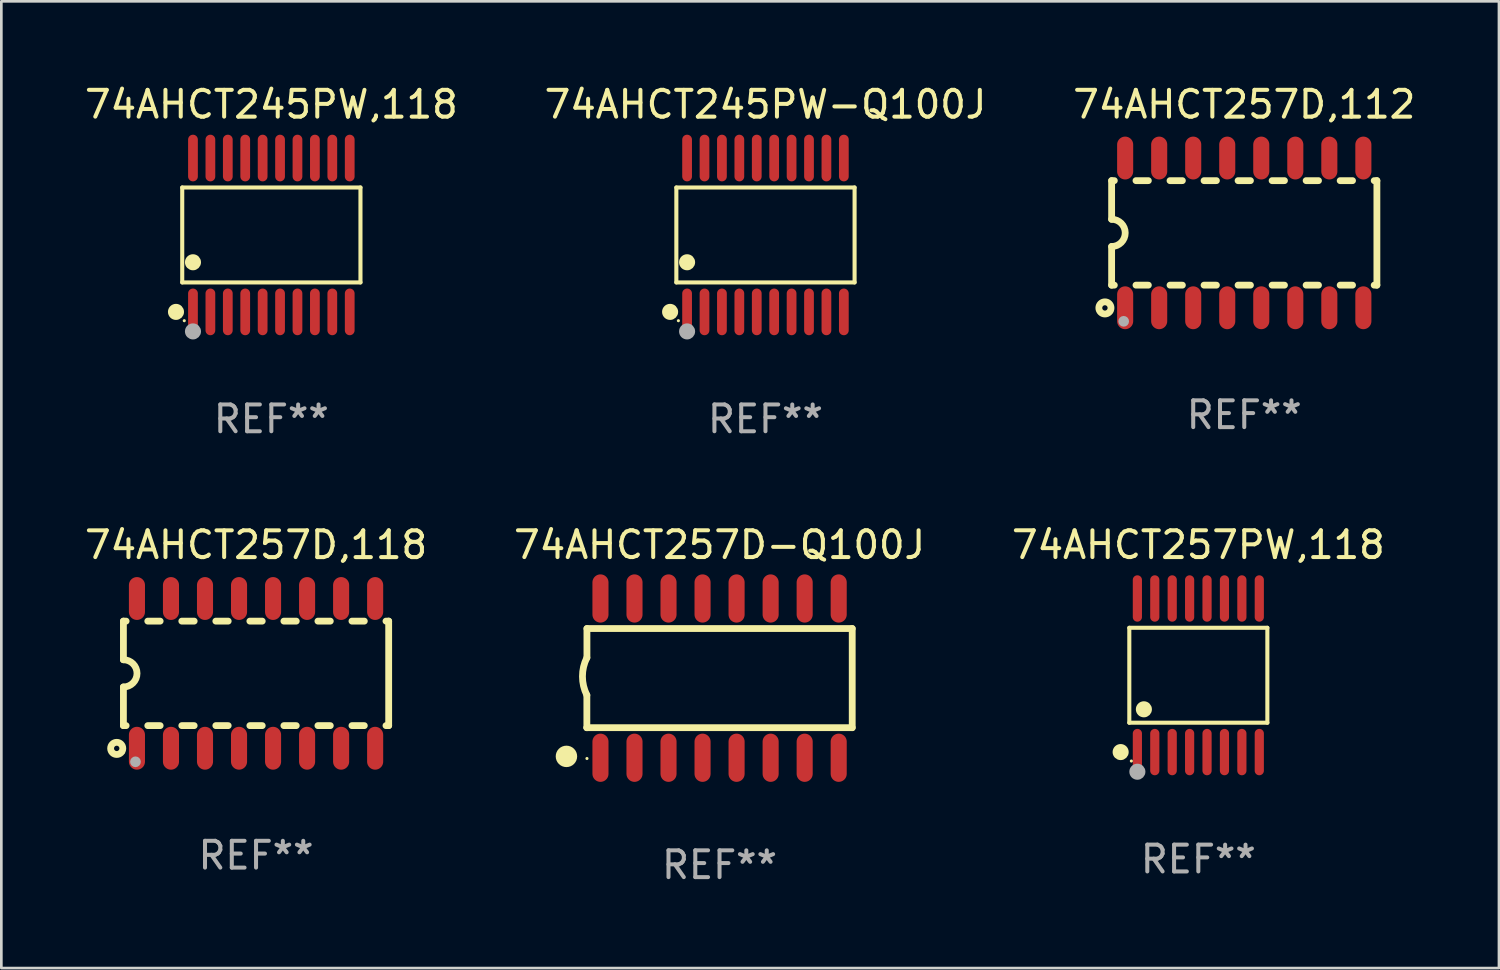
<source format=kicad_pcb>
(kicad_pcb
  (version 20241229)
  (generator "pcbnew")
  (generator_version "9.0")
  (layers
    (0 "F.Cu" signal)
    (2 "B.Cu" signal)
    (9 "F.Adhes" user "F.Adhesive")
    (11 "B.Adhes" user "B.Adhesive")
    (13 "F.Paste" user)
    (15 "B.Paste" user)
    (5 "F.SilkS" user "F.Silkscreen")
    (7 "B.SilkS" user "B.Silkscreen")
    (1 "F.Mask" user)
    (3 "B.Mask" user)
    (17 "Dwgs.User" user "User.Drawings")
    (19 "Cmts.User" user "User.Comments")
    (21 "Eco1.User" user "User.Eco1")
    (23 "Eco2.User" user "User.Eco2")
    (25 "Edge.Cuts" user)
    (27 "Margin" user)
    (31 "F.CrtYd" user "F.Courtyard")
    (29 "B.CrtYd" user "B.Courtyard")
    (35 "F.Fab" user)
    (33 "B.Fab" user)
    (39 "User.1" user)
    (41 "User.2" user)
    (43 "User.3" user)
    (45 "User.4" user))
  (footprint "74AHCT257D-Q100J"
    (layer "F.Cu")
    (at 23.804 22.258)
    (property "Reference" "74AHCT257D-Q100J" (at 0 -4.972 0) (layer "F.SilkS") (effects (font (size 1 1) (thickness 0.15))))
    (attr through_hole)
    (fp_line (start -4.952 0.635) (end -4.952 1.85) (stroke (width 0.254) (type solid)) (layer "F.SilkS"))
    (fp_line (start -4.952 1.85) (end -4.949 1.85) (stroke (width 0.254) (type solid)) (layer "F.SilkS"))
    (fp_line (start -4.949 -1.85) (end -4.949 -0.762) (stroke (width 0.254) (type solid)) (layer "F.SilkS"))
    (fp_line (start -4.949 1.85) (end 4.952 1.85) (stroke (width 0.254) (type solid)) (layer "F.SilkS"))
    (fp_line (start 4.952 -1.85) (end -4.949 -1.85) (stroke (width 0.254) (type solid)) (layer "F.SilkS"))
    (fp_line (start 4.952 1.85) (end 4.952 -1.85) (stroke (width 0.254) (type solid)) (layer "F.SilkS"))
    (fp_arc (start -4.951512 0.635) (mid -5.116405 -0.063501) (end -4.951511 -0.762002) (stroke (width 0.254001) (type solid)) (layer "F.SilkS"))
    (fp_circle (center -5.714 2.921) (end -5.514 2.921) (stroke (width 0.4) (type solid)) (fill no) (layer "F.SilkS"))
    (fp_circle (center -4.948 3) (end -4.918 3) (stroke (width 0.06) (type solid)) (fill no) (layer "F.SilkS"))
    (fp_text user "REF**" (at 0 6.972 0) (layer "F.Fab") (effects (font (size 1 1) (thickness 0.15))))
    (pad "1" smd oval (at -4.444 2.972 180) (size 0.6 1.8) (layers "F.Cu" "F.Mask" "F.Paste"))
    (pad "2" smd oval (at -3.174 2.972 180) (size 0.6 1.8) (layers "F.Cu" "F.Mask" "F.Paste"))
    (pad "3" smd oval (at -1.904 2.972 180) (size 0.6 1.8) (layers "F.Cu" "F.Mask" "F.Paste"))
    (pad "4" smd oval (at -0.634 2.972 180) (size 0.6 1.8) (layers "F.Cu" "F.Mask" "F.Paste"))
    (pad "5" smd oval (at 0.636 2.972 180) (size 0.6 1.8) (layers "F.Cu" "F.Mask" "F.Paste"))
    (pad "6" smd oval (at 1.907 2.972 180) (size 0.6 1.8) (layers "F.Cu" "F.Mask" "F.Paste"))
    (pad "7" smd oval (at 3.177 2.972 180) (size 0.6 1.8) (layers "F.Cu" "F.Mask" "F.Paste"))
    (pad "8" smd oval (at 4.447 2.972 180) (size 0.6 1.8) (layers "F.Cu" "F.Mask" "F.Paste"))
    (pad "9" smd oval (at 4.447 -2.972 180) (size 0.6 1.8) (layers "F.Cu" "F.Mask" "F.Paste"))
    (pad "10" smd oval (at 3.177 -2.972 180) (size 0.6 1.8) (layers "F.Cu" "F.Mask" "F.Paste"))
    (pad "11" smd oval (at 1.907 -2.972 180) (size 0.6 1.8) (layers "F.Cu" "F.Mask" "F.Paste"))
    (pad "12" smd oval (at 0.636 -2.972 180) (size 0.6 1.8) (layers "F.Cu" "F.Mask" "F.Paste"))
    (pad "13" smd oval (at -0.634 -2.972 180) (size 0.6 1.8) (layers "F.Cu" "F.Mask" "F.Paste"))
    (pad "14" smd oval (at -1.904 -2.972 180) (size 0.6 1.8) (layers "F.Cu" "F.Mask" "F.Paste"))
    (pad "15" smd oval (at -3.174 -2.972 180) (size 0.6 1.8) (layers "F.Cu" "F.Mask" "F.Paste"))
    (pad "16" smd oval (at -4.444 -2.972 180) (size 0.6 1.8) (layers "F.Cu" "F.Mask" "F.Paste")))
  (footprint "74AHCT245PW-Q100J"
    (layer "F.Cu")
    (at 25.518 5.719)
    (property "Reference" "74AHCT245PW-Q100J" (at 0 -4.871 0) (layer "F.SilkS") (effects (font (size 1 1) (thickness 0.15))))
    (attr through_hole)
    (fp_line (start -3.326 -1.771) (end 3.326 -1.771) (stroke (width 0.152) (type solid)) (layer "F.SilkS"))
    (fp_line (start -3.326 1.771) (end -3.326 -1.771) (stroke (width 0.152) (type solid)) (layer "F.SilkS"))
    (fp_line (start 3.326 -1.771) (end 3.326 1.771) (stroke (width 0.152) (type solid)) (layer "F.SilkS"))
    (fp_line (start 3.326 1.771) (end -3.326 1.771) (stroke (width 0.152) (type solid)) (layer "F.SilkS"))
    (fp_circle (center -3.559 2.871) (end -3.409 2.871) (stroke (width 0.3) (type solid)) (fill no) (layer "F.SilkS"))
    (fp_circle (center -3.25 3.2) (end -3.22 3.2) (stroke (width 0.06) (type solid)) (fill no) (layer "F.SilkS"))
    (fp_circle (center -2.925 1.019) (end -2.775 1.019) (stroke (width 0.3) (type solid)) (fill no) (layer "F.SilkS"))
    (fp_circle (center -2.925 3.6) (end -2.775 3.6) (stroke (width 0.3) (type solid)) (fill no) (layer "F.Fab"))
    (fp_text user "REF**" (at 0 6.871 0) (layer "F.Fab") (effects (font (size 1 1) (thickness 0.15))))
    (pad "1" smd oval (at -2.925 2.871) (size 0.364 1.742) (layers "F.Cu" "F.Mask" "F.Paste"))
    (pad "2" smd oval (at -2.275 2.871) (size 0.364 1.742) (layers "F.Cu" "F.Mask" "F.Paste"))
    (pad "3" smd oval (at -1.625 2.871) (size 0.364 1.742) (layers "F.Cu" "F.Mask" "F.Paste"))
    (pad "4" smd oval (at -0.975 2.871) (size 0.364 1.742) (layers "F.Cu" "F.Mask" "F.Paste"))
    (pad "5" smd oval (at -0.325 2.871) (size 0.364 1.742) (layers "F.Cu" "F.Mask" "F.Paste"))
    (pad "6" smd oval (at 0.325 2.871) (size 0.364 1.742) (layers "F.Cu" "F.Mask" "F.Paste"))
    (pad "7" smd oval (at 0.975 2.871) (size 0.364 1.742) (layers "F.Cu" "F.Mask" "F.Paste"))
    (pad "8" smd oval (at 1.625 2.871) (size 0.364 1.742) (layers "F.Cu" "F.Mask" "F.Paste"))
    (pad "9" smd oval (at 2.275 2.871) (size 0.364 1.742) (layers "F.Cu" "F.Mask" "F.Paste"))
    (pad "10" smd oval (at 2.925 2.871) (size 0.364 1.742) (layers "F.Cu" "F.Mask" "F.Paste"))
    (pad "11" smd oval (at 2.925 -2.871) (size 0.364 1.742) (layers "F.Cu" "F.Mask" "F.Paste"))
    (pad "12" smd oval (at 2.275 -2.871) (size 0.364 1.742) (layers "F.Cu" "F.Mask" "F.Paste"))
    (pad "13" smd oval (at 1.625 -2.871) (size 0.364 1.742) (layers "F.Cu" "F.Mask" "F.Paste"))
    (pad "14" smd oval (at 0.975 -2.871) (size 0.364 1.742) (layers "F.Cu" "F.Mask" "F.Paste"))
    (pad "15" smd oval (at 0.325 -2.871) (size 0.364 1.742) (layers "F.Cu" "F.Mask" "F.Paste"))
    (pad "16" smd oval (at -0.325 -2.871) (size 0.364 1.742) (layers "F.Cu" "F.Mask" "F.Paste"))
    (pad "17" smd oval (at -0.975 -2.871) (size 0.364 1.742) (layers "F.Cu" "F.Mask" "F.Paste"))
    (pad "18" smd oval (at -1.625 -2.871) (size 0.364 1.742) (layers "F.Cu" "F.Mask" "F.Paste"))
    (pad "19" smd oval (at -2.275 -2.871) (size 0.364 1.742) (layers "F.Cu" "F.Mask" "F.Paste"))
    (pad "20" smd oval (at -2.925 -2.871) (size 0.364 1.742) (layers "F.Cu" "F.Mask" "F.Paste")))
  (footprint "74AHCT257D,112"
    (layer "F.Cu")
    (at 43.387 5.642)
    (property "Reference" "74AHCT257D,112" (at 0 -4.794 0) (layer "F.SilkS") (effects (font (size 1 1) (thickness 0.15))))
    (attr through_hole)
    (fp_line (start -4.95 -1.95) (end -4.95 -0.508) (stroke (width 0.254) (type solid)) (layer "F.SilkS"))
    (fp_line (start -4.95 -1.95) (end -4.849 -1.95) (stroke (width 0.254) (type solid)) (layer "F.SilkS"))
    (fp_line (start -4.95 1.95) (end -4.95 0.508) (stroke (width 0.254) (type solid)) (layer "F.SilkS"))
    (fp_line (start -4.95 1.95) (end -4.849 1.95) (stroke (width 0.254) (type solid)) (layer "F.SilkS"))
    (fp_line (start -4.041 -1.95) (end -3.579 -1.95) (stroke (width 0.254) (type solid)) (layer "F.SilkS"))
    (fp_line (start -4.041 1.95) (end -3.579 1.95) (stroke (width 0.254) (type solid)) (layer "F.SilkS"))
    (fp_line (start -2.771 -1.95) (end -2.309 -1.95) (stroke (width 0.254) (type solid)) (layer "F.SilkS"))
    (fp_line (start -2.771 1.95) (end -2.309 1.95) (stroke (width 0.254) (type solid)) (layer "F.SilkS"))
    (fp_line (start -1.501 -1.95) (end -1.039 -1.95) (stroke (width 0.254) (type solid)) (layer "F.SilkS"))
    (fp_line (start -1.501 1.95) (end -1.039 1.95) (stroke (width 0.254) (type solid)) (layer "F.SilkS"))
    (fp_line (start -0.231 -1.95) (end 0.231 -1.95) (stroke (width 0.254) (type solid)) (layer "F.SilkS"))
    (fp_line (start -0.231 1.95) (end 0.231 1.95) (stroke (width 0.254) (type solid)) (layer "F.SilkS"))
    (fp_line (start 1.039 -1.95) (end 1.501 -1.95) (stroke (width 0.254) (type solid)) (layer "F.SilkS"))
    (fp_line (start 1.039 1.95) (end 1.501 1.95) (stroke (width 0.254) (type solid)) (layer "F.SilkS"))
    (fp_line (start 2.309 -1.95) (end 2.771 -1.95) (stroke (width 0.254) (type solid)) (layer "F.SilkS"))
    (fp_line (start 2.309 1.95) (end 2.771 1.95) (stroke (width 0.254) (type solid)) (layer "F.SilkS"))
    (fp_line (start 3.579 -1.95) (end 4.041 -1.95) (stroke (width 0.254) (type solid)) (layer "F.SilkS"))
    (fp_line (start 3.579 1.95) (end 4.041 1.95) (stroke (width 0.254) (type solid)) (layer "F.SilkS"))
    (fp_line (start 4.849 -1.95) (end 4.95 -1.95) (stroke (width 0.254) (type solid)) (layer "F.SilkS"))
    (fp_line (start 4.849 1.95) (end 4.95 1.95) (stroke (width 0.254) (type solid)) (layer "F.SilkS"))
    (fp_line (start 4.95 -1.95) (end 4.95 1.95) (stroke (width 0.254) (type solid)) (layer "F.SilkS"))
    (fp_arc (start -4.95047 -0.508001) (mid -4.442469 -0.000228) (end -4.950013 0.508001) (stroke (width 0.254001) (type solid)) (layer "F.SilkS"))
    (fp_circle (center -5.2 2.8) (end -5.1 2.8) (stroke (width 0.254) (type solid)) (fill no) (layer "F.SilkS"))
    (fp_circle (center -4.95 2.947) (end -4.92 2.947) (stroke (width 0.06) (type solid)) (fill no) (layer "F.SilkS"))
    (fp_circle (center -4.5 3.3) (end -4.4 3.3) (stroke (width 0.2) (type solid)) (fill no) (layer "F.Fab"))
    (fp_text user "REF**" (at 0 6.794 0) (layer "F.Fab") (effects (font (size 1 1) (thickness 0.15))))
    (pad "1" smd oval (at -4.445 2.794) (size 0.6 1.6) (layers "F.Cu" "F.Mask" "F.Paste"))
    (pad "2" smd oval (at -3.175 2.794) (size 0.6 1.6) (layers "F.Cu" "F.Mask" "F.Paste"))
    (pad "3" smd oval (at -1.905 2.794) (size 0.6 1.6) (layers "F.Cu" "F.Mask" "F.Paste"))
    (pad "4" smd oval (at -0.635 2.794) (size 0.6 1.6) (layers "F.Cu" "F.Mask" "F.Paste"))
    (pad "5" smd oval (at 0.635 2.794) (size 0.6 1.6) (layers "F.Cu" "F.Mask" "F.Paste"))
    (pad "6" smd oval (at 1.905 2.794) (size 0.6 1.6) (layers "F.Cu" "F.Mask" "F.Paste"))
    (pad "7" smd oval (at 3.175 2.794) (size 0.6 1.6) (layers "F.Cu" "F.Mask" "F.Paste"))
    (pad "8" smd oval (at 4.445 2.794) (size 0.6 1.6) (layers "F.Cu" "F.Mask" "F.Paste"))
    (pad "9" smd oval (at 4.445 -2.794) (size 0.6 1.6) (layers "F.Cu" "F.Mask" "F.Paste"))
    (pad "10" smd oval (at 3.175 -2.794) (size 0.6 1.6) (layers "F.Cu" "F.Mask" "F.Paste"))
    (pad "11" smd oval (at 1.905 -2.794) (size 0.6 1.6) (layers "F.Cu" "F.Mask" "F.Paste"))
    (pad "12" smd oval (at 0.635 -2.794) (size 0.6 1.6) (layers "F.Cu" "F.Mask" "F.Paste"))
    (pad "13" smd oval (at -0.635 -2.794) (size 0.6 1.6) (layers "F.Cu" "F.Mask" "F.Paste"))
    (pad "14" smd oval (at -1.905 -2.794) (size 0.6 1.6) (layers "F.Cu" "F.Mask" "F.Paste"))
    (pad "15" smd oval (at -3.175 -2.794) (size 0.6 1.6) (layers "F.Cu" "F.Mask" "F.Paste"))
    (pad "16" smd oval (at -4.445 -2.794) (size 0.6 1.6) (layers "F.Cu" "F.Mask" "F.Paste")))
  (footprint "74AHCT245PW,118"
    (layer "F.Cu")
    (at 7.077 5.719)
    (property "Reference" "74AHCT245PW,118" (at 0 -4.871 0) (layer "F.SilkS") (effects (font (size 1 1) (thickness 0.15))))
    (attr through_hole)
    (fp_line (start -3.326 -1.771) (end 3.326 -1.771) (stroke (width 0.152) (type solid)) (layer "F.SilkS"))
    (fp_line (start -3.326 1.771) (end -3.326 -1.771) (stroke (width 0.152) (type solid)) (layer "F.SilkS"))
    (fp_line (start 3.326 -1.771) (end 3.326 1.771) (stroke (width 0.152) (type solid)) (layer "F.SilkS"))
    (fp_line (start 3.326 1.771) (end -3.326 1.771) (stroke (width 0.152) (type solid)) (layer "F.SilkS"))
    (fp_circle (center -3.559 2.871) (end -3.409 2.871) (stroke (width 0.3) (type solid)) (fill no) (layer "F.SilkS"))
    (fp_circle (center -3.25 3.2) (end -3.22 3.2) (stroke (width 0.06) (type solid)) (fill no) (layer "F.SilkS"))
    (fp_circle (center -2.925 1.019) (end -2.775 1.019) (stroke (width 0.3) (type solid)) (fill no) (layer "F.SilkS"))
    (fp_circle (center -2.925 3.6) (end -2.775 3.6) (stroke (width 0.3) (type solid)) (fill no) (layer "F.Fab"))
    (fp_text user "REF**" (at 0 6.871 0) (layer "F.Fab") (effects (font (size 1 1) (thickness 0.15))))
    (pad "1" smd oval (at -2.925 2.871) (size 0.364 1.742) (layers "F.Cu" "F.Mask" "F.Paste"))
    (pad "2" smd oval (at -2.275 2.871) (size 0.364 1.742) (layers "F.Cu" "F.Mask" "F.Paste"))
    (pad "3" smd oval (at -1.625 2.871) (size 0.364 1.742) (layers "F.Cu" "F.Mask" "F.Paste"))
    (pad "4" smd oval (at -0.975 2.871) (size 0.364 1.742) (layers "F.Cu" "F.Mask" "F.Paste"))
    (pad "5" smd oval (at -0.325 2.871) (size 0.364 1.742) (layers "F.Cu" "F.Mask" "F.Paste"))
    (pad "6" smd oval (at 0.325 2.871) (size 0.364 1.742) (layers "F.Cu" "F.Mask" "F.Paste"))
    (pad "7" smd oval (at 0.975 2.871) (size 0.364 1.742) (layers "F.Cu" "F.Mask" "F.Paste"))
    (pad "8" smd oval (at 1.625 2.871) (size 0.364 1.742) (layers "F.Cu" "F.Mask" "F.Paste"))
    (pad "9" smd oval (at 2.275 2.871) (size 0.364 1.742) (layers "F.Cu" "F.Mask" "F.Paste"))
    (pad "10" smd oval (at 2.925 2.871) (size 0.364 1.742) (layers "F.Cu" "F.Mask" "F.Paste"))
    (pad "11" smd oval (at 2.925 -2.871) (size 0.364 1.742) (layers "F.Cu" "F.Mask" "F.Paste"))
    (pad "12" smd oval (at 2.275 -2.871) (size 0.364 1.742) (layers "F.Cu" "F.Mask" "F.Paste"))
    (pad "13" smd oval (at 1.625 -2.871) (size 0.364 1.742) (layers "F.Cu" "F.Mask" "F.Paste"))
    (pad "14" smd oval (at 0.975 -2.871) (size 0.364 1.742) (layers "F.Cu" "F.Mask" "F.Paste"))
    (pad "15" smd oval (at 0.325 -2.871) (size 0.364 1.742) (layers "F.Cu" "F.Mask" "F.Paste"))
    (pad "16" smd oval (at -0.325 -2.871) (size 0.364 1.742) (layers "F.Cu" "F.Mask" "F.Paste"))
    (pad "17" smd oval (at -0.975 -2.871) (size 0.364 1.742) (layers "F.Cu" "F.Mask" "F.Paste"))
    (pad "18" smd oval (at -1.625 -2.871) (size 0.364 1.742) (layers "F.Cu" "F.Mask" "F.Paste"))
    (pad "19" smd oval (at -2.275 -2.871) (size 0.364 1.742) (layers "F.Cu" "F.Mask" "F.Paste"))
    (pad "20" smd oval (at -2.925 -2.871) (size 0.364 1.742) (layers "F.Cu" "F.Mask" "F.Paste")))
  (footprint "74AHCT257PW,118"
    (layer "F.Cu")
    (at 41.673 22.152)
    (property "Reference" "74AHCT257PW,118" (at 0 -4.866 0) (layer "F.SilkS") (effects (font (size 1 1) (thickness 0.15))))
    (attr through_hole)
    (fp_line (start -2.576 -1.772) (end 2.576 -1.772) (stroke (width 0.152) (type solid)) (layer "F.SilkS"))
    (fp_line (start -2.576 1.771) (end -2.576 -1.772) (stroke (width 0.152) (type solid)) (layer "F.SilkS"))
    (fp_line (start 2.576 -1.772) (end 2.576 1.771) (stroke (width 0.152) (type solid)) (layer "F.SilkS"))
    (fp_line (start 2.576 1.771) (end -2.576 1.771) (stroke (width 0.152) (type solid)) (layer "F.SilkS"))
    (fp_circle (center -2.899 2.866) (end -2.749 2.866) (stroke (width 0.3) (type solid)) (fill no) (layer "F.SilkS"))
    (fp_circle (center -2.5 3.2) (end -2.47 3.2) (stroke (width 0.06) (type solid)) (fill no) (layer "F.SilkS"))
    (fp_circle (center -2.032 1.27) (end -1.882 1.27) (stroke (width 0.3) (type solid)) (fill no) (layer "F.SilkS"))
    (fp_circle (center -2.275 3.6) (end -2.125 3.6) (stroke (width 0.3) (type solid)) (fill no) (layer "F.Fab"))
    (fp_text user "REF**" (at 0 6.866 0) (layer "F.Fab") (effects (font (size 1 1) (thickness 0.15))))
    (pad "1" smd oval (at -2.275 2.866) (size 0.343 1.731) (layers "F.Cu" "F.Mask" "F.Paste"))
    (pad "2" smd oval (at -1.625 2.866) (size 0.343 1.731) (layers "F.Cu" "F.Mask" "F.Paste"))
    (pad "3" smd oval (at -0.975 2.866) (size 0.343 1.731) (layers "F.Cu" "F.Mask" "F.Paste"))
    (pad "4" smd oval (at -0.325 2.866) (size 0.343 1.731) (layers "F.Cu" "F.Mask" "F.Paste"))
    (pad "5" smd oval (at 0.325 2.866) (size 0.343 1.731) (layers "F.Cu" "F.Mask" "F.Paste"))
    (pad "6" smd oval (at 0.975 2.866) (size 0.343 1.731) (layers "F.Cu" "F.Mask" "F.Paste"))
    (pad "7" smd oval (at 1.625 2.866) (size 0.343 1.731) (layers "F.Cu" "F.Mask" "F.Paste"))
    (pad "8" smd oval (at 2.275 2.866) (size 0.343 1.731) (layers "F.Cu" "F.Mask" "F.Paste"))
    (pad "9" smd oval (at 2.275 -2.866) (size 0.343 1.731) (layers "F.Cu" "F.Mask" "F.Paste"))
    (pad "10" smd oval (at 1.625 -2.866) (size 0.343 1.731) (layers "F.Cu" "F.Mask" "F.Paste"))
    (pad "11" smd oval (at 0.975 -2.866) (size 0.343 1.731) (layers "F.Cu" "F.Mask" "F.Paste"))
    (pad "12" smd oval (at 0.325 -2.866) (size 0.343 1.731) (layers "F.Cu" "F.Mask" "F.Paste"))
    (pad "13" smd oval (at -0.325 -2.866) (size 0.343 1.731) (layers "F.Cu" "F.Mask" "F.Paste"))
    (pad "14" smd oval (at -0.975 -2.866) (size 0.343 1.731) (layers "F.Cu" "F.Mask" "F.Paste"))
    (pad "15" smd oval (at -1.625 -2.866) (size 0.343 1.731) (layers "F.Cu" "F.Mask" "F.Paste"))
    (pad "16" smd oval (at -2.275 -2.866) (size 0.343 1.731) (layers "F.Cu" "F.Mask" "F.Paste")))
  (footprint "74AHCT257D,118"
    (layer "F.Cu")
    (at 6.506 22.081)
    (property "Reference" "74AHCT257D,118" (at 0 -4.794 0) (layer "F.SilkS") (effects (font (size 1 1) (thickness 0.15))))
    (attr through_hole)
    (fp_line (start -4.95 -1.95) (end -4.95 -0.508) (stroke (width 0.254) (type solid)) (layer "F.SilkS"))
    (fp_line (start -4.95 -1.95) (end -4.849 -1.95) (stroke (width 0.254) (type solid)) (layer "F.SilkS"))
    (fp_line (start -4.95 1.95) (end -4.95 0.508) (stroke (width 0.254) (type solid)) (layer "F.SilkS"))
    (fp_line (start -4.95 1.95) (end -4.849 1.95) (stroke (width 0.254) (type solid)) (layer "F.SilkS"))
    (fp_line (start -4.041 -1.95) (end -3.579 -1.95) (stroke (width 0.254) (type solid)) (layer "F.SilkS"))
    (fp_line (start -4.041 1.95) (end -3.579 1.95) (stroke (width 0.254) (type solid)) (layer "F.SilkS"))
    (fp_line (start -2.771 -1.95) (end -2.309 -1.95) (stroke (width 0.254) (type solid)) (layer "F.SilkS"))
    (fp_line (start -2.771 1.95) (end -2.309 1.95) (stroke (width 0.254) (type solid)) (layer "F.SilkS"))
    (fp_line (start -1.501 -1.95) (end -1.039 -1.95) (stroke (width 0.254) (type solid)) (layer "F.SilkS"))
    (fp_line (start -1.501 1.95) (end -1.039 1.95) (stroke (width 0.254) (type solid)) (layer "F.SilkS"))
    (fp_line (start -0.231 -1.95) (end 0.231 -1.95) (stroke (width 0.254) (type solid)) (layer "F.SilkS"))
    (fp_line (start -0.231 1.95) (end 0.231 1.95) (stroke (width 0.254) (type solid)) (layer "F.SilkS"))
    (fp_line (start 1.039 -1.95) (end 1.501 -1.95) (stroke (width 0.254) (type solid)) (layer "F.SilkS"))
    (fp_line (start 1.039 1.95) (end 1.501 1.95) (stroke (width 0.254) (type solid)) (layer "F.SilkS"))
    (fp_line (start 2.309 -1.95) (end 2.771 -1.95) (stroke (width 0.254) (type solid)) (layer "F.SilkS"))
    (fp_line (start 2.309 1.95) (end 2.771 1.95) (stroke (width 0.254) (type solid)) (layer "F.SilkS"))
    (fp_line (start 3.579 -1.95) (end 4.041 -1.95) (stroke (width 0.254) (type solid)) (layer "F.SilkS"))
    (fp_line (start 3.579 1.95) (end 4.041 1.95) (stroke (width 0.254) (type solid)) (layer "F.SilkS"))
    (fp_line (start 4.849 -1.95) (end 4.95 -1.95) (stroke (width 0.254) (type solid)) (layer "F.SilkS"))
    (fp_line (start 4.849 1.95) (end 4.95 1.95) (stroke (width 0.254) (type solid)) (layer "F.SilkS"))
    (fp_line (start 4.95 -1.95) (end 4.95 1.95) (stroke (width 0.254) (type solid)) (layer "F.SilkS"))
    (fp_arc (start -4.95047 -0.508001) (mid -4.442469 -0.000228) (end -4.950013 0.508001) (stroke (width 0.254001) (type solid)) (layer "F.SilkS"))
    (fp_circle (center -5.2 2.8) (end -5.1 2.8) (stroke (width 0.254) (type solid)) (fill no) (layer "F.SilkS"))
    (fp_circle (center -4.95 2.947) (end -4.92 2.947) (stroke (width 0.06) (type solid)) (fill no) (layer "F.SilkS"))
    (fp_circle (center -4.5 3.3) (end -4.4 3.3) (stroke (width 0.2) (type solid)) (fill no) (layer "F.Fab"))
    (fp_text user "REF**" (at 0 6.794 0) (layer "F.Fab") (effects (font (size 1 1) (thickness 0.15))))
    (pad "1" smd oval (at -4.445 2.794) (size 0.6 1.6) (layers "F.Cu" "F.Mask" "F.Paste"))
    (pad "2" smd oval (at -3.175 2.794) (size 0.6 1.6) (layers "F.Cu" "F.Mask" "F.Paste"))
    (pad "3" smd oval (at -1.905 2.794) (size 0.6 1.6) (layers "F.Cu" "F.Mask" "F.Paste"))
    (pad "4" smd oval (at -0.635 2.794) (size 0.6 1.6) (layers "F.Cu" "F.Mask" "F.Paste"))
    (pad "5" smd oval (at 0.635 2.794) (size 0.6 1.6) (layers "F.Cu" "F.Mask" "F.Paste"))
    (pad "6" smd oval (at 1.905 2.794) (size 0.6 1.6) (layers "F.Cu" "F.Mask" "F.Paste"))
    (pad "7" smd oval (at 3.175 2.794) (size 0.6 1.6) (layers "F.Cu" "F.Mask" "F.Paste"))
    (pad "8" smd oval (at 4.445 2.794) (size 0.6 1.6) (layers "F.Cu" "F.Mask" "F.Paste"))
    (pad "9" smd oval (at 4.445 -2.794) (size 0.6 1.6) (layers "F.Cu" "F.Mask" "F.Paste"))
    (pad "10" smd oval (at 3.175 -2.794) (size 0.6 1.6) (layers "F.Cu" "F.Mask" "F.Paste"))
    (pad "11" smd oval (at 1.905 -2.794) (size 0.6 1.6) (layers "F.Cu" "F.Mask" "F.Paste"))
    (pad "12" smd oval (at 0.635 -2.794) (size 0.6 1.6) (layers "F.Cu" "F.Mask" "F.Paste"))
    (pad "13" smd oval (at -0.635 -2.794) (size 0.6 1.6) (layers "F.Cu" "F.Mask" "F.Paste"))
    (pad "14" smd oval (at -1.905 -2.794) (size 0.6 1.6) (layers "F.Cu" "F.Mask" "F.Paste"))
    (pad "15" smd oval (at -3.175 -2.794) (size 0.6 1.6) (layers "F.Cu" "F.Mask" "F.Paste"))
    (pad "16" smd oval (at -4.445 -2.794) (size 0.6 1.6) (layers "F.Cu" "F.Mask" "F.Paste")))
  (gr_rect
    (start -3 -3)
    (end 52.893 33.079)
    (stroke (width 0.1) (type default))
    (fill no)
    (layer "Edge.Cuts")))
</source>
